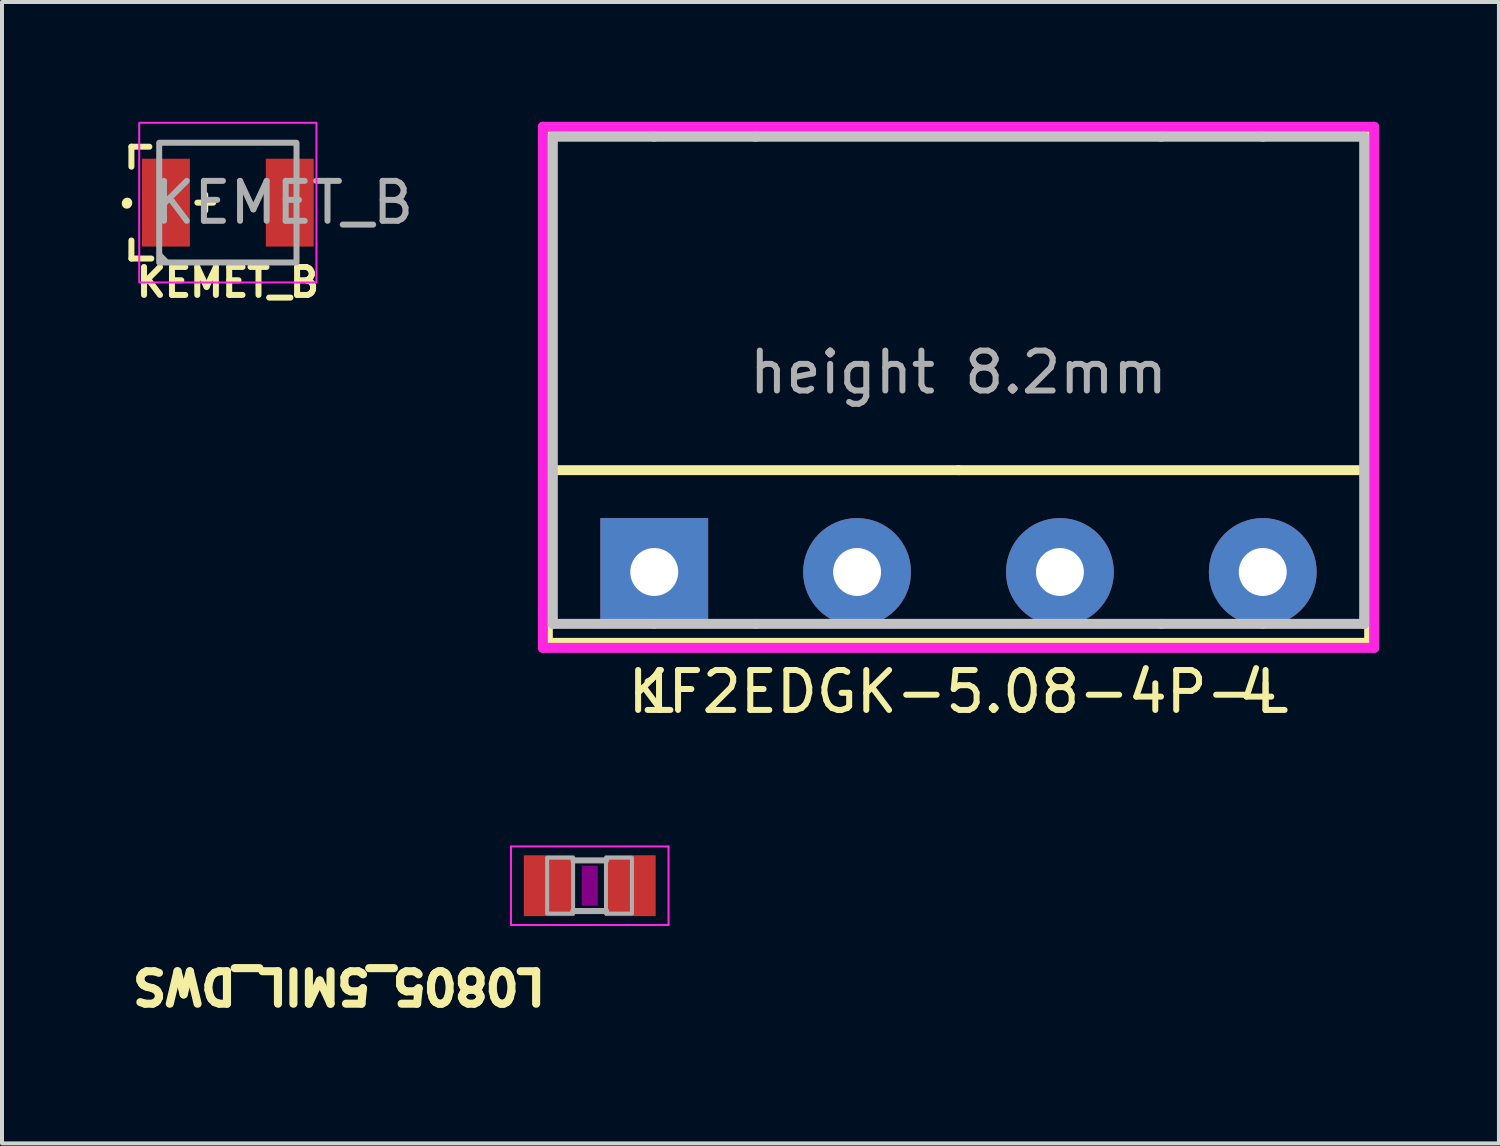
<source format=kicad_pcb>
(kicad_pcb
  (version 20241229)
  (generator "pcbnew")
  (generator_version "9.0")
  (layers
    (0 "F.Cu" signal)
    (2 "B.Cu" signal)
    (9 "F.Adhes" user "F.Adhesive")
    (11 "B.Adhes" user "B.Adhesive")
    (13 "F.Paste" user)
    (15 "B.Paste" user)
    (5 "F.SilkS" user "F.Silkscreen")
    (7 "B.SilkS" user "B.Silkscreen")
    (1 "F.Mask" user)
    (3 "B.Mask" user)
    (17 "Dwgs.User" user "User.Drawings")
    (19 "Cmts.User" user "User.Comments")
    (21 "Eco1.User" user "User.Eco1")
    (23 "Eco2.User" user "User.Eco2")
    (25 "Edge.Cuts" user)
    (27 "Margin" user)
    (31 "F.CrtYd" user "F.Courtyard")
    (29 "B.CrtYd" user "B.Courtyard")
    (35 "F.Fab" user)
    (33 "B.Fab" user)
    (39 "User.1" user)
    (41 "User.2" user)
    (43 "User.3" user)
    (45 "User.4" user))
  (footprint "L0805_5MIL_DWS"
    (layer "F.Cu")
    (at 11.72 19.132)
    (property "Reference" "L0805_5MIL_DWS" (at -1.016 2.032 180) (unlocked yes) (layer "F.SilkS") (effects (font (size 0.813 0.813) (thickness 0.203)) (justify left bottom)))
    (fp_poly (pts (xy -0.2 0.5) (xy 0.2 0.5) (xy 0.2 -0.5) (xy -0.2 -0.5)) (stroke (width 0) (type default)) (fill yes) (layer "F.Adhes"))
    (fp_line (start -1.973 -0.983) (end 1.973 -0.983) (stroke (width 0.051) (type solid)) (layer "F.CrtYd"))
    (fp_line (start -1.973 0.983) (end -1.973 -0.983) (stroke (width 0.051) (type solid)) (layer "F.CrtYd"))
    (fp_line (start 1.973 -0.983) (end 1.973 0.983) (stroke (width 0.051) (type solid)) (layer "F.CrtYd"))
    (fp_line (start 1.973 0.983) (end -1.973 0.983) (stroke (width 0.051) (type solid)) (layer "F.CrtYd"))
    (fp_line (start -0.41 -0.635) (end 0.41 -0.635) (stroke (width 0.152) (type solid)) (layer "F.Fab"))
    (fp_line (start -0.41 0.635) (end 0.41 0.635) (stroke (width 0.152) (type solid)) (layer "F.Fab"))
    (fp_poly (pts (xy -1.067 0.699) (xy -0.417 0.699) (xy -0.417 -0.702) (xy -1.067 -0.702)) (stroke (width 0.1) (type default)) (fill no) (layer "F.Fab"))
    (fp_poly (pts (xy 0.406 0.699) (xy 1.056 0.699) (xy 1.056 -0.702) (xy 0.406 -0.702)) (stroke (width 0.1) (type default)) (fill no) (layer "F.Fab"))
    (pad "1" smd rect (at -1.016 0 180) (size 1.27 1.524) (layers "F.Cu" "F.Mask" "F.Paste"))
    (pad "2" smd rect (at 1.016 0 180) (size 1.27 1.524) (layers "F.Cu" "F.Mask" "F.Paste")))
  (footprint "KEMET_B"
    (layer "F.Cu")
    (at 2.657 2.025)
    (property "Reference" "KEMET_B" (at 0 1.995 0) (layer "F.SilkS") (effects (font (size 0.7 0.7) (thickness 0.15))))
    (attr smd)
    (fp_line (start -2.416 -1.401) (end -2.416 -0.901) (stroke (width 0.15) (type solid)) (layer "F.SilkS"))
    (fp_line (start -2.416 0.948) (end -2.416 1.4) (stroke (width 0.15) (type solid)) (layer "F.SilkS"))
    (fp_line (start -2.416 1.4) (end -1.917 1.4) (stroke (width 0.15) (type solid)) (layer "F.SilkS"))
    (fp_line (start -1.966 -1.401) (end -2.416 -1.401) (stroke (width 0.15) (type solid)) (layer "F.SilkS"))
    (fp_line (start -0.764 0) (end -0.366 0) (stroke (width 0.15) (type solid)) (layer "F.SilkS"))
    (fp_line (start -0.568 0.201) (end -0.568 -0.202) (stroke (width 0.15) (type solid)) (layer "F.SilkS"))
    (fp_circle (center -2.531 0.025) (end -2.48 0.025) (stroke (width 0.15) (type solid)) (fill yes) (layer "F.SilkS"))
    (fp_circle (center -2.52 0) (end -2.47 0) (stroke (width 0.15) (type solid)) (fill yes) (layer "F.SilkS"))
    (fp_rect (start -2.22 -2) (end 2.219 1.999) (stroke (width 0.05) (type solid)) (fill no) (layer "F.CrtYd"))
    (fp_line (start -1.7 1.324) (end -1.551 1.475) (stroke (width 0.15) (type solid)) (layer "F.Fab"))
    (fp_rect (start -1.72 -1.5) (end 1.719 1.499) (stroke (width 0.15) (type solid)) (fill no) (layer "F.Fab"))
    (fp_rect (start -1.72 -1.5) (end 1.719 1.499) (stroke (width 0.1) (type solid)) (fill no) (layer "User.5"))
    (fp_rect (start -1.72 -1.5) (end 1.719 1.499) (stroke (width 0.1) (type solid)) (fill no) (layer "User.5"))
    (fp_line (start -1.72 -1.5) (end -1.72 1.499) (stroke (width 0.02) (type solid)) (layer "User.9"))
    (fp_line (start -1.72 1.499) (end 1.719 1.499) (stroke (width 0.02) (type solid)) (layer "User.9"))
    (fp_line (start 1.719 -1.5) (end -1.72 -1.5) (stroke (width 0.02) (type solid)) (layer "User.9"))
    (fp_line (start 1.719 1.499) (end 1.719 -1.5) (stroke (width 0.02) (type solid)) (layer "User.9"))
    (fp_text user "${REFERENCE}" (at 1.4 0 0) (layer "F.Fab") (effects (font (size 1 1) (thickness 0.15))))
    (pad "1" smd rect (at -1.551 0) (size 1.2 2.2) (layers "F.Cu" "F.Mask" "F.Paste"))
    (pad "2" smd rect (at 1.55 0) (size 1.2 2.2) (layers "F.Cu" "F.Mask" "F.Paste")))
  (footprint "KF2EDGK-5.08-4P-L"
    (layer "F.Cu")
    (at 20.955 11.275)
    (property "Reference" "KF2EDGK-5.08-4P-L" (at 0 3 0) (layer "F.SilkS") (effects (font (size 1 1) (thickness 0.15))))
    (attr through_hole)
    (fp_line (start -10.285 -11.025) (end 10.285 -11.025) (stroke (width 0.25) (type solid)) (layer "F.SilkS"))
    (fp_line (start -10.285 1.775) (end -10.285 -11.025) (stroke (width 0.25) (type solid)) (layer "F.SilkS"))
    (fp_line (start 0 -2.55) (end -10.285 -2.55) (stroke (width 0.25) (type solid)) (layer "F.SilkS"))
    (fp_line (start 0 -2.55) (end 10.285 -2.55) (stroke (width 0.25) (type solid)) (layer "F.SilkS"))
    (fp_line (start 10.285 -11.025) (end 10.285 1.775) (stroke (width 0.25) (type solid)) (layer "F.SilkS"))
    (fp_line (start 10.285 1.775) (end -10.285 1.775) (stroke (width 0.25) (type solid)) (layer "F.SilkS"))
    (fp_line (start -10.16 -10.9) (end -7.62 -10.9) (stroke (width 0.25) (type solid)) (layer "Dwgs.User"))
    (fp_line (start -10.16 1.3) (end -10.16 -10.9) (stroke (width 0.25) (type solid)) (layer "Dwgs.User"))
    (fp_line (start -7.62 -10.9) (end -5.08 -10.9) (stroke (width 0.25) (type solid)) (layer "Dwgs.User"))
    (fp_line (start -7.62 1.3) (end -10.16 1.3) (stroke (width 0.25) (type solid)) (layer "Dwgs.User"))
    (fp_line (start -5.08 -10.9) (end 5.08 -10.9) (stroke (width 0.25) (type solid)) (layer "Dwgs.User"))
    (fp_line (start -5.08 1.3) (end -7.62 1.3) (stroke (width 0.25) (type solid)) (layer "Dwgs.User"))
    (fp_line (start -5.08 1.3) (end 5.08 1.3) (stroke (width 0.25) (type solid)) (layer "Dwgs.User"))
    (fp_line (start 5.08 -10.9) (end 7.62 -10.9) (stroke (width 0.25) (type solid)) (layer "Dwgs.User"))
    (fp_line (start 7.62 -10.9) (end 10.16 -10.9) (stroke (width 0.25) (type solid)) (layer "Dwgs.User"))
    (fp_line (start 7.62 1.3) (end 5.08 1.3) (stroke (width 0.25) (type solid)) (layer "Dwgs.User"))
    (fp_line (start 10.16 -10.9) (end 10.16 1.3) (stroke (width 0.25) (type solid)) (layer "Dwgs.User"))
    (fp_line (start 10.16 1.3) (end 7.62 1.3) (stroke (width 0.25) (type solid)) (layer "Dwgs.User"))
    (fp_line (start -10.41 -11.15) (end 10.41 -11.15) (stroke (width 0.25) (type solid)) (layer "F.CrtYd"))
    (fp_line (start -10.41 1.9) (end -10.41 -11.15) (stroke (width 0.25) (type solid)) (layer "F.CrtYd"))
    (fp_line (start 10.41 -11.15) (end 10.41 1.9) (stroke (width 0.25) (type solid)) (layer "F.CrtYd"))
    (fp_line (start 10.41 1.9) (end -10.41 1.9) (stroke (width 0.25) (type solid)) (layer "F.CrtYd"))
    (fp_text user "1" (at -7.5 3 0) (layer "F.SilkS") (effects (font (size 1 1) (thickness 0.15))))
    (fp_text user "4" (at 7.5 3 0) (layer "F.SilkS") (effects (font (size 1 1) (thickness 0.15))))
    (fp_text user "height 8.2mm" (at 0 -5 0) (layer "F.Fab") (effects (font (size 1 1) (thickness 0.15))))
    (pad "1" thru_hole rect (at -7.62 0) (size 2.7 2.7) (drill 1.2) (layers "*.Cu" "*.Mask"))
    (pad "2" thru_hole circle (at -2.54 0) (size 2.7 2.7) (drill 1.2) (layers "*.Cu" "*.Mask"))
    (pad "3" thru_hole circle (at 2.54 0) (size 2.7 2.7) (drill 1.2) (layers "*.Cu" "*.Mask"))
    (pad "4" thru_hole circle (at 7.62 0) (size 2.7 2.7) (drill 1.2) (layers "*.Cu" "*.Mask")))
  (gr_rect
    (start -3 -3)
    (end 34.49 25.586)
    (stroke (width 0.1) (type default))
    (fill no)
    (layer "Edge.Cuts")))
</source>
